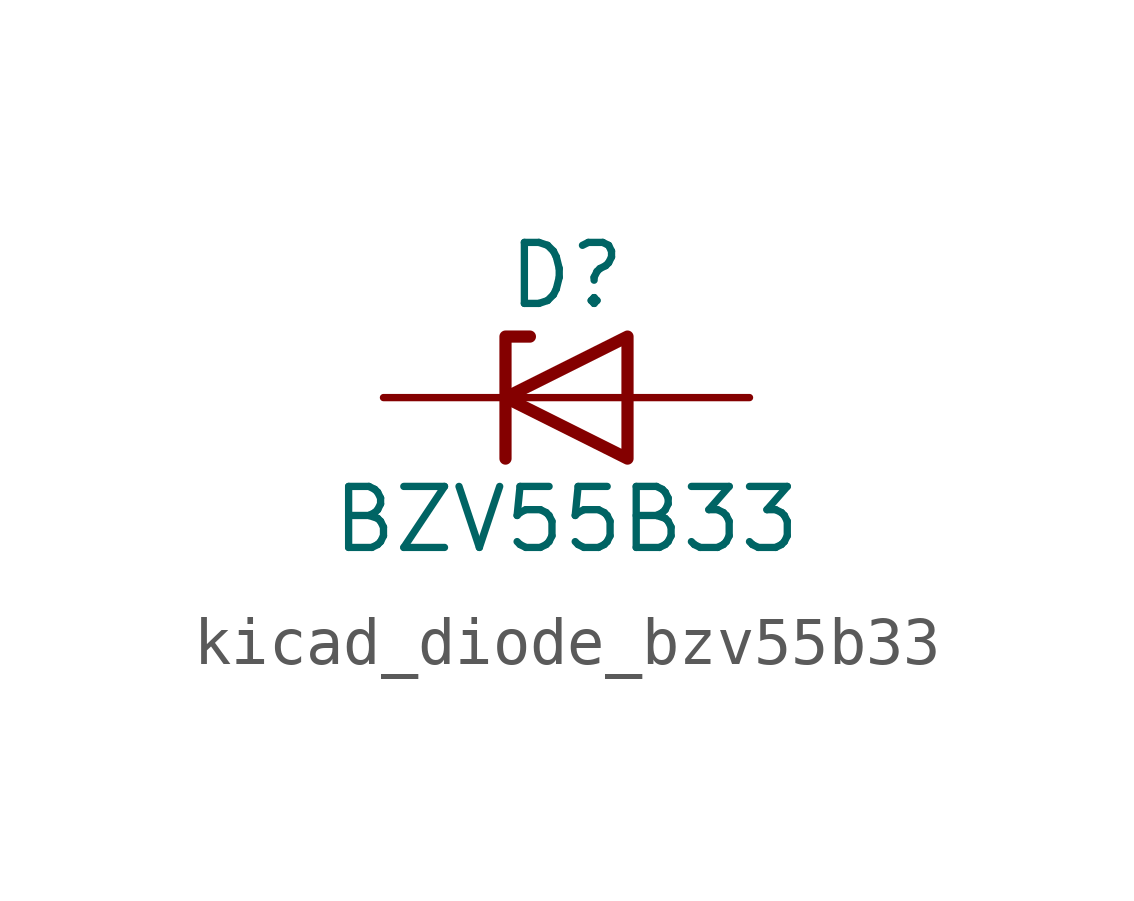
<source format=kicad_sym>
(kicad_symbol_lib
  (version 20220914)
  (generator kicad_symbol_editor)
  (symbol "kicad_diode_bzv55b33"
    (pin_numbers hide)
    (pin_names hide)
    (property "Reference" "D"
      (at 0 2.54 0)
      (effects (font (size 1.27 1.27))))
    (property "Value" "BZV55B33"
      (at 0 -2.54 0)
      (effects (font (size 1.27 1.27))))
    (symbol "kicad_diode_bzv55b33_0_1"
      (polyline (pts (xy 1.27 0) (xy -1.27 0)) (stroke (width 0) (type default)) (fill (type none)))
      (polyline (pts (xy -1.27 -1.27) (xy -1.27 1.27) (xy -0.762 1.27)) (stroke (width 0.254) (type default)) (fill (type none)))
      (polyline (pts (xy 1.27 -1.27) (xy 1.27 1.27) (xy -1.27 0) (xy 1.27 -1.27)) (stroke (width 0.254) (type default)) (fill (type none))))
    (symbol "kicad_diode_bzv55b33_1_1"
      (pin passive line (at -3.81 0 0) (length 2.54) (name "K" (effects (font (size 1.27 1.27)))) (number "1" (effects (font (size 1.27 1.27)))))
      (pin passive line (at 3.81 0 180) (length 2.54) (name "A" (effects (font (size 1.27 1.27)))) (number "2" (effects (font (size 1.27 1.27))))))))
</source>
